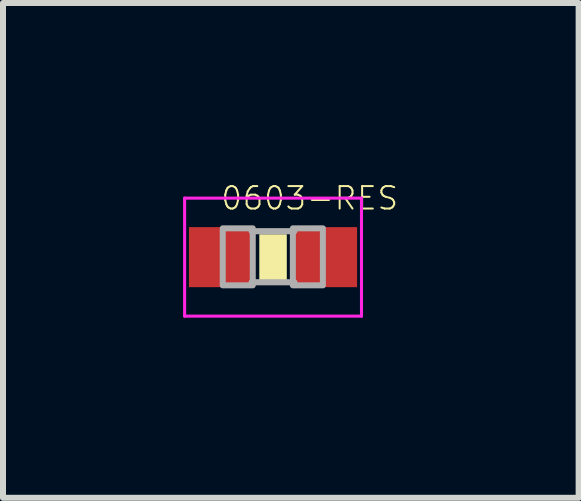
<source format=kicad_pcb>
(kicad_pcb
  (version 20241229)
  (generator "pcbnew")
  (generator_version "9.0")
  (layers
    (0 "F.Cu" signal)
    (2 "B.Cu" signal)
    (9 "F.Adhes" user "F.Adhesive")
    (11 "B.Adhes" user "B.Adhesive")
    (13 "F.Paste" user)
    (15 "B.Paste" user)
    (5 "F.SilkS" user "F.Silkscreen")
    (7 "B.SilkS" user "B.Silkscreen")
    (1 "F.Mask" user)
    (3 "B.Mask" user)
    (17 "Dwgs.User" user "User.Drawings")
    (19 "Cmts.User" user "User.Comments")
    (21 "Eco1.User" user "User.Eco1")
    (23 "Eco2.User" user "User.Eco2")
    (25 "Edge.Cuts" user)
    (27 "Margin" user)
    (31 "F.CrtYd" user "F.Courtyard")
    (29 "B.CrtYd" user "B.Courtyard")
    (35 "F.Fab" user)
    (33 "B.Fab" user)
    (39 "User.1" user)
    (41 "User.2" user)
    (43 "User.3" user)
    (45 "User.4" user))
  (footprint "0603-RES"
    (layer "F.Cu")
    (at 1.498 1.233)
    (property "Reference" "0603-RES" (at -0.889 -0.762 0) (layer "F.SilkS") (effects (font (size 0.374 0.374) (thickness 0.033)) (justify left bottom)))
    (fp_poly (pts (xy -0.229 0.381) (xy 0.229 0.381) (xy 0.229 -0.381) (xy -0.229 -0.381)) (stroke (width 0) (type solid)) (fill yes) (layer "F.SilkS"))
    (fp_poly (pts (xy -0.2 0.3) (xy 0.2 0.3) (xy 0.2 -0.3) (xy -0.2 -0.3)) (stroke (width 0) (type solid)) (fill yes) (layer "F.Adhes"))
    (fp_line (start -1.473 -0.983) (end 1.473 -0.983) (stroke (width 0.051) (type solid)) (layer "F.CrtYd"))
    (fp_line (start -1.473 0.983) (end -1.473 -0.983) (stroke (width 0.051) (type solid)) (layer "F.CrtYd"))
    (fp_line (start 1.473 -0.983) (end 1.473 0.983) (stroke (width 0.051) (type solid)) (layer "F.CrtYd"))
    (fp_line (start 1.473 0.983) (end -1.473 0.983) (stroke (width 0.051) (type solid)) (layer "F.CrtYd"))
    (fp_line (start -0.356 -0.432) (end 0.356 -0.432) (stroke (width 0.102) (type solid)) (layer "F.Fab"))
    (fp_line (start -0.356 0.419) (end 0.356 0.419) (stroke (width 0.102) (type solid)) (layer "F.Fab"))
    (fp_poly (pts (xy -0.838 0.47) (xy -0.338 0.47) (xy -0.338 -0.48) (xy -0.838 -0.48)) (stroke (width 0.1) (type solid)) (fill no) (layer "F.Fab"))
    (fp_poly (pts (xy 0.33 0.47) (xy 0.83 0.47) (xy 0.83 -0.48) (xy 0.33 -0.48)) (stroke (width 0.1) (type solid)) (fill no) (layer "F.Fab"))
    (pad "1" smd rect (at -0.85 0) (size 1.1 1) (layers "F.Cu" "F.Mask" "F.Paste"))
    (pad "2" smd rect (at 0.85 0) (size 1.1 1) (layers "F.Cu" "F.Mask" "F.Paste")))
  (gr_rect
    (start -3 -3)
    (end 6.588 5.242)
    (stroke (width 0.1) (type default))
    (fill no)
    (layer "Edge.Cuts")))
</source>
